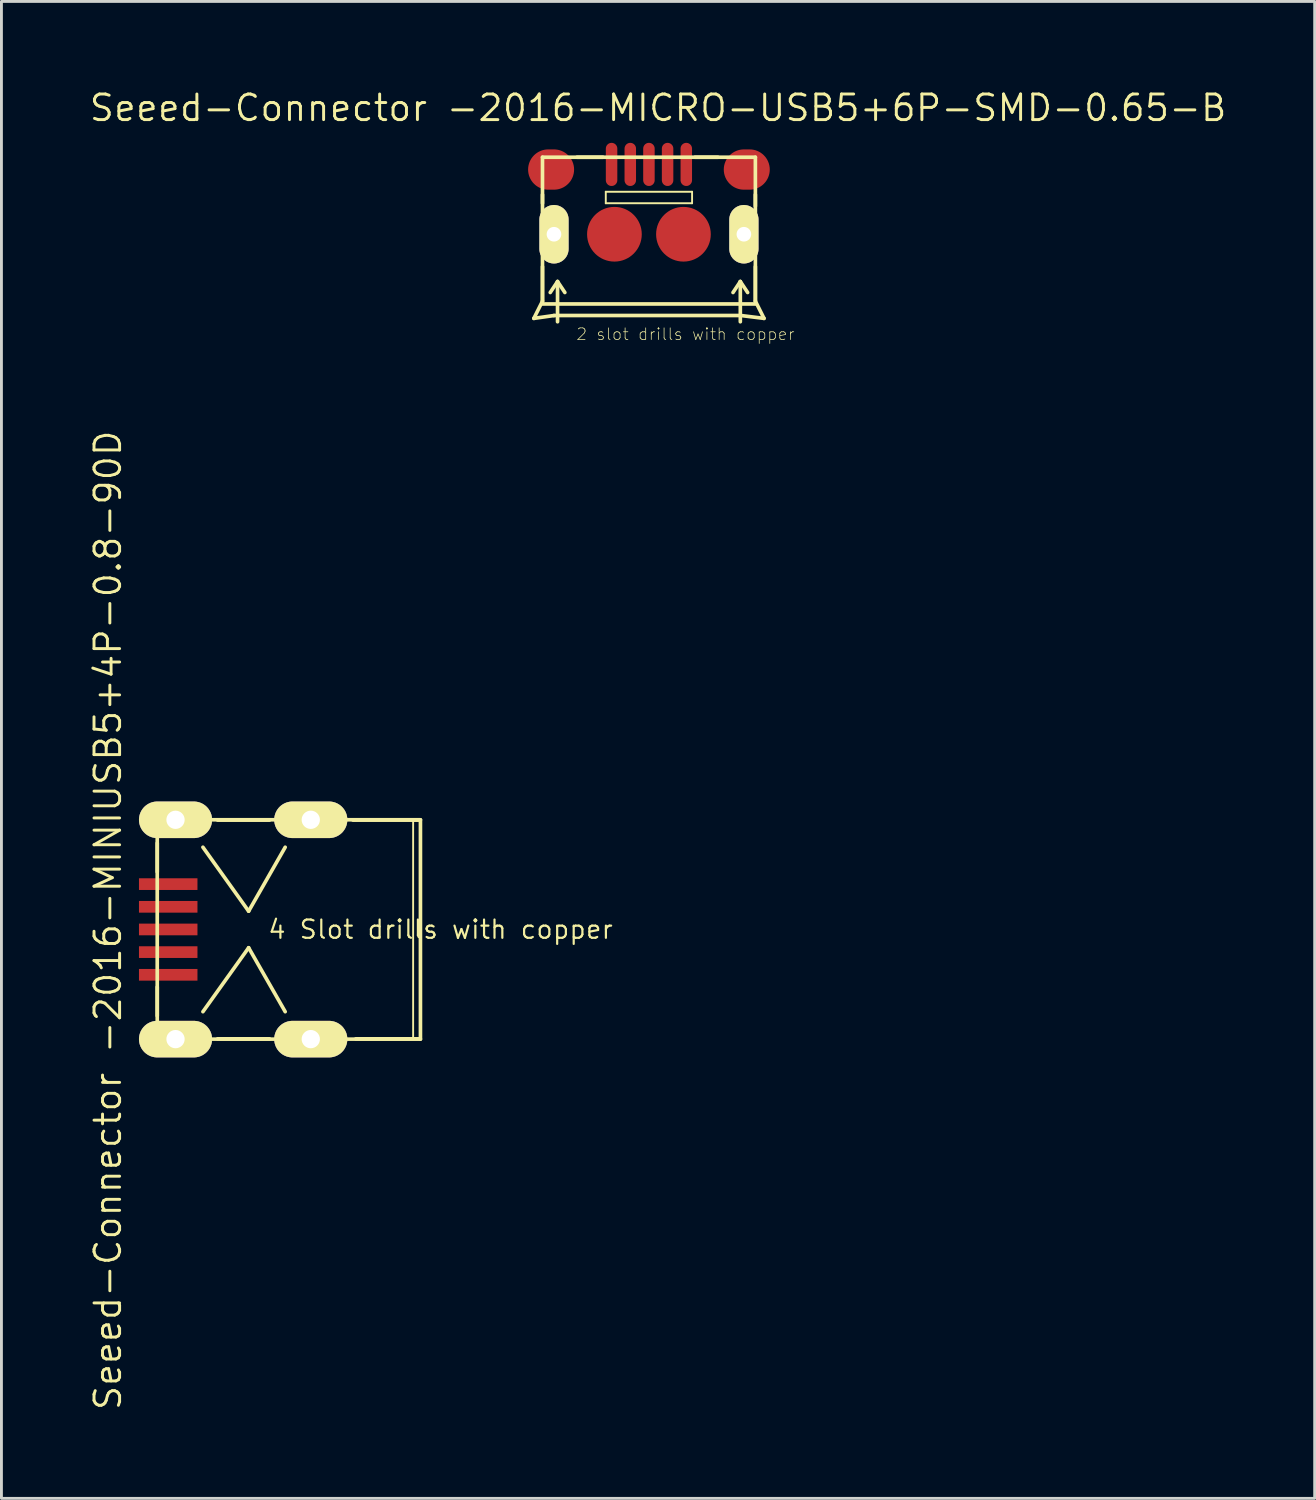
<source format=kicad_pcb>
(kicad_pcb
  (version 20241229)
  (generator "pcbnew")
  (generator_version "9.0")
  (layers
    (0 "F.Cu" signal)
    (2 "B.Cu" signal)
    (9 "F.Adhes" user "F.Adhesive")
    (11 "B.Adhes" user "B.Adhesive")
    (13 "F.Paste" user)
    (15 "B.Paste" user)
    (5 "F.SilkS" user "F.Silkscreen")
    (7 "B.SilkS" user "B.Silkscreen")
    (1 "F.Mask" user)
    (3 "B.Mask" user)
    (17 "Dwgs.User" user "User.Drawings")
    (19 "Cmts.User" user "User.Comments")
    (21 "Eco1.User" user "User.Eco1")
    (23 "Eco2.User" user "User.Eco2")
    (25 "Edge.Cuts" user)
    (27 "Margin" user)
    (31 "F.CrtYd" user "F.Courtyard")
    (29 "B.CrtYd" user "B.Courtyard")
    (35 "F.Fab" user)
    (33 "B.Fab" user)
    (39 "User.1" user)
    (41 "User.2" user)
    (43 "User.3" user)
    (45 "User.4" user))
  (footprint "Seeed-Connector -2016-MICRO-USB5+6P-SMD-0.65-B"
    (layer "F.Cu")
    (at 19.495 2.413)
    (property "Reference" "Seeed-Connector -2016-MICRO-USB5+6P-SMD-0.65-B" (at 0.318 -1.714 0) (layer "F.SilkS") (effects (font (size 0.889 0.889) (thickness 0.102))))
    (attr smd)
    (fp_line (start -3.698 0) (end 3.698 0) (stroke (width 0.127) (type solid)) (layer "F.SilkS"))
    (fp_line (start -3.698 1.598) (end -3.698 1.298) (stroke (width 0.127) (type solid)) (layer "F.SilkS"))
    (fp_line (start -3.698 4.999) (end -3.998 5.598) (stroke (width 0.127) (type solid)) (layer "F.SilkS"))
    (fp_line (start -3.698 4.999) (end -3.698 0) (stroke (width 0.127) (type solid)) (layer "F.SilkS"))
    (fp_line (start -3.698 4.999) (end -3.698 3.8) (stroke (width 0.127) (type solid)) (layer "F.SilkS"))
    (fp_line (start -3.698 5.098) (end 3.698 5.098) (stroke (width 0.127) (type solid)) (layer "F.SilkS"))
    (fp_line (start -3.299 2.413) (end -3.299 3.175) (stroke (width 0.508) (type solid)) (layer "F.SilkS"))
    (fp_line (start -3.299 5.499) (end -3.998 5.598) (stroke (width 0.127) (type solid)) (layer "F.SilkS"))
    (fp_line (start -3.299 5.499) (end 3.198 5.499) (stroke (width 0.127) (type solid)) (layer "F.SilkS"))
    (fp_line (start -3.175 4.318) (end -3.429 4.699) (stroke (width 0.127) (type solid)) (layer "F.SilkS"))
    (fp_line (start -3.175 4.318) (end -2.921 4.699) (stroke (width 0.127) (type solid)) (layer "F.SilkS"))
    (fp_line (start -3.175 5.715) (end -3.175 4.318) (stroke (width 0.127) (type solid)) (layer "F.SilkS"))
    (fp_line (start -1.598 0) (end -2.499 0) (stroke (width 0.127) (type solid)) (layer "F.SilkS"))
    (fp_line (start -1.499 1.199) (end 1.499 1.199) (stroke (width 0.066) (type solid)) (layer "F.SilkS"))
    (fp_line (start -1.499 1.598) (end -1.499 1.199) (stroke (width 0.066) (type solid)) (layer "F.SilkS"))
    (fp_line (start -1.499 1.598) (end 1.499 1.598) (stroke (width 0.066) (type solid)) (layer "F.SilkS"))
    (fp_line (start 1.499 1.598) (end 1.499 1.199) (stroke (width 0.066) (type solid)) (layer "F.SilkS"))
    (fp_line (start 1.598 0) (end 2.398 0) (stroke (width 0.127) (type solid)) (layer "F.SilkS"))
    (fp_line (start 3.175 4.318) (end 2.921 4.699) (stroke (width 0.127) (type solid)) (layer "F.SilkS"))
    (fp_line (start 3.175 4.318) (end 3.429 4.699) (stroke (width 0.127) (type solid)) (layer "F.SilkS"))
    (fp_line (start 3.175 5.715) (end 3.175 4.318) (stroke (width 0.127) (type solid)) (layer "F.SilkS"))
    (fp_line (start 3.198 5.499) (end 3.998 5.598) (stroke (width 0.127) (type solid)) (layer "F.SilkS"))
    (fp_line (start 3.299 2.413) (end 3.299 3.175) (stroke (width 0.508) (type solid)) (layer "F.SilkS"))
    (fp_line (start 3.698 0) (end 3.698 4.999) (stroke (width 0.127) (type solid)) (layer "F.SilkS"))
    (fp_line (start 3.698 1.298) (end 3.698 1.699) (stroke (width 0.127) (type solid)) (layer "F.SilkS"))
    (fp_line (start 3.698 3.8) (end 3.698 4.999) (stroke (width 0.127) (type solid)) (layer "F.SilkS"))
    (fp_line (start 3.698 4.999) (end 3.998 5.598) (stroke (width 0.127) (type solid)) (layer "F.SilkS"))
    (fp_text user "2 slot drills with copper" (at 1.27 6.147 0) (layer "F.SilkS") (effects (font (size 0.406 0.406) (thickness 0.025))))
    (pad "1" smd oval (at -1.298 0.249 180) (size 0.399 1.499) (layers "F.Cu" "F.Mask" "F.Paste"))
    (pad "2" smd oval (at -0.648 0.249 180) (size 0.399 1.499) (layers "F.Cu" "F.Mask" "F.Paste"))
    (pad "3" smd oval (at 0 0.249 180) (size 0.399 1.499) (layers "F.Cu" "F.Mask" "F.Paste"))
    (pad "4" smd oval (at 0.648 0.249 180) (size 0.399 1.499) (layers "F.Cu" "F.Mask" "F.Paste"))
    (pad "5" smd oval (at 1.298 0.249 180) (size 0.399 1.499) (layers "F.Cu" "F.Mask" "F.Paste"))
    (pad "S1" smd oval (at -3.399 0.427 90) (size 1.4 1.598) (layers "F.Cu" "F.Mask" "F.Paste"))
    (pad "S2" thru_hole oval (at -3.299 2.675 180) (size 1.016 2.032) (drill 0.508) (layers "*.Cu" "F.Mask" "F.SilkS" "F.Paste"))
    (pad "S3" smd circle (at -1.199 2.675) (size 1.9 1.9) (layers "F.Cu" "F.Mask" "F.Paste"))
    (pad "S4" smd circle (at 1.199 2.675) (size 1.9 1.9) (layers "F.Cu" "F.Mask" "F.Paste"))
    (pad "S5" thru_hole oval (at 3.299 2.675 180) (size 1.016 2.032) (drill 0.508) (layers "*.Cu" "F.Mask" "F.SilkS" "F.Paste"))
    (pad "S6" smd oval (at 3.399 0.427 90) (size 1.4 1.598) (layers "F.Cu" "F.Mask" "F.Paste")))
  (footprint "Seeed-Connector -2016-MINIUSB5+4P-0.8-90D"
    (layer "F.Cu")
    (at 2.413 29.241)
    (property "Reference" "Seeed-Connector -2016-MINIUSB5+4P-0.8-90D" (at -1.714 -0.318 90) (layer "F.SilkS") (effects (font (size 0.889 0.889) (thickness 0.102))))
    (attr smd)
    (fp_line (start -0.254 -3.81) (end -0.244 -3.879) (stroke (width 0.025) (type solid)) (layer "F.SilkS"))
    (fp_line (start -0.254 3.81) (end -0.244 3.739) (stroke (width 0.025) (type solid)) (layer "F.SilkS"))
    (fp_line (start -0.244 -3.879) (end -0.221 -3.947) (stroke (width 0.025) (type solid)) (layer "F.SilkS"))
    (fp_line (start -0.244 -3.739) (end -0.254 -3.81) (stroke (width 0.025) (type solid)) (layer "F.SilkS"))
    (fp_line (start -0.244 3.739) (end -0.221 3.67) (stroke (width 0.025) (type solid)) (layer "F.SilkS"))
    (fp_line (start -0.244 3.879) (end -0.254 3.81) (stroke (width 0.025) (type solid)) (layer "F.SilkS"))
    (fp_line (start -0.221 -3.947) (end -0.183 -4.006) (stroke (width 0.025) (type solid)) (layer "F.SilkS"))
    (fp_line (start -0.221 -3.67) (end -0.244 -3.739) (stroke (width 0.025) (type solid)) (layer "F.SilkS"))
    (fp_line (start -0.221 3.67) (end -0.183 3.612) (stroke (width 0.025) (type solid)) (layer "F.SilkS"))
    (fp_line (start -0.221 3.947) (end -0.244 3.879) (stroke (width 0.025) (type solid)) (layer "F.SilkS"))
    (fp_line (start -0.183 -4.006) (end -0.132 -4.056) (stroke (width 0.025) (type solid)) (layer "F.SilkS"))
    (fp_line (start -0.183 -3.612) (end -0.221 -3.67) (stroke (width 0.025) (type solid)) (layer "F.SilkS"))
    (fp_line (start -0.183 3.612) (end -0.132 3.561) (stroke (width 0.025) (type solid)) (layer "F.SilkS"))
    (fp_line (start -0.183 4.006) (end -0.221 3.947) (stroke (width 0.025) (type solid)) (layer "F.SilkS"))
    (fp_line (start -0.132 -4.056) (end -0.074 -4.094) (stroke (width 0.025) (type solid)) (layer "F.SilkS"))
    (fp_line (start -0.132 -3.561) (end -0.183 -3.612) (stroke (width 0.025) (type solid)) (layer "F.SilkS"))
    (fp_line (start -0.132 3.561) (end -0.074 3.523) (stroke (width 0.025) (type solid)) (layer "F.SilkS"))
    (fp_line (start -0.132 4.056) (end -0.183 4.006) (stroke (width 0.025) (type solid)) (layer "F.SilkS"))
    (fp_line (start -0.074 -4.094) (end -0.005 -4.117) (stroke (width 0.025) (type solid)) (layer "F.SilkS"))
    (fp_line (start -0.074 -3.523) (end -0.132 -3.561) (stroke (width 0.025) (type solid)) (layer "F.SilkS"))
    (fp_line (start -0.074 3.523) (end -0.005 3.5) (stroke (width 0.025) (type solid)) (layer "F.SilkS"))
    (fp_line (start -0.074 4.094) (end -0.132 4.056) (stroke (width 0.025) (type solid)) (layer "F.SilkS"))
    (fp_line (start -0.005 -4.117) (end 0.064 -4.128) (stroke (width 0.025) (type solid)) (layer "F.SilkS"))
    (fp_line (start -0.005 -3.5) (end -0.074 -3.523) (stroke (width 0.025) (type solid)) (layer "F.SilkS"))
    (fp_line (start -0.005 3.5) (end 0.064 3.493) (stroke (width 0.025) (type solid)) (layer "F.SilkS"))
    (fp_line (start -0.005 4.117) (end -0.074 4.094) (stroke (width 0.025) (type solid)) (layer "F.SilkS"))
    (fp_line (start 0 -3.81) (end 8.89 -3.81) (stroke (width 0.066) (type solid)) (layer "F.SilkS"))
    (fp_line (start 0 -3.81) (end 9.144 -3.81) (stroke (width 0.127) (type solid)) (layer "F.SilkS"))
    (fp_line (start 0 -1.999) (end 0 -3) (stroke (width 0.127) (type solid)) (layer "F.SilkS"))
    (fp_line (start 0 1.999) (end 0 3) (stroke (width 0.127) (type solid)) (layer "F.SilkS"))
    (fp_line (start 0 3.81) (end 0 -3.81) (stroke (width 0.066) (type solid)) (layer "F.SilkS"))
    (fp_line (start 0 3.81) (end 0 -3.81) (stroke (width 0.127) (type solid)) (layer "F.SilkS"))
    (fp_line (start 0 3.81) (end 8.89 3.81) (stroke (width 0.066) (type solid)) (layer "F.SilkS"))
    (fp_line (start 0.064 -4.128) (end 1.206 -4.128) (stroke (width 0.025) (type solid)) (layer "F.SilkS"))
    (fp_line (start 0.064 -3.493) (end -0.005 -3.5) (stroke (width 0.025) (type solid)) (layer "F.SilkS"))
    (fp_line (start 0.064 3.493) (end 1.206 3.493) (stroke (width 0.025) (type solid)) (layer "F.SilkS"))
    (fp_line (start 0.064 4.128) (end -0.005 4.117) (stroke (width 0.025) (type solid)) (layer "F.SilkS"))
    (fp_line (start 1.206 -4.128) (end 1.275 -4.117) (stroke (width 0.025) (type solid)) (layer "F.SilkS"))
    (fp_line (start 1.206 -3.493) (end 0.064 -3.493) (stroke (width 0.025) (type solid)) (layer "F.SilkS"))
    (fp_line (start 1.206 3.493) (end 1.275 3.5) (stroke (width 0.025) (type solid)) (layer "F.SilkS"))
    (fp_line (start 1.206 4.128) (end 0.064 4.128) (stroke (width 0.025) (type solid)) (layer "F.SilkS"))
    (fp_line (start 1.275 -4.117) (end 1.344 -4.094) (stroke (width 0.025) (type solid)) (layer "F.SilkS"))
    (fp_line (start 1.275 -3.5) (end 1.206 -3.493) (stroke (width 0.025) (type solid)) (layer "F.SilkS"))
    (fp_line (start 1.275 3.5) (end 1.344 3.523) (stroke (width 0.025) (type solid)) (layer "F.SilkS"))
    (fp_line (start 1.275 4.117) (end 1.206 4.128) (stroke (width 0.025) (type solid)) (layer "F.SilkS"))
    (fp_line (start 1.344 -4.094) (end 1.402 -4.056) (stroke (width 0.025) (type solid)) (layer "F.SilkS"))
    (fp_line (start 1.344 -3.523) (end 1.275 -3.5) (stroke (width 0.025) (type solid)) (layer "F.SilkS"))
    (fp_line (start 1.344 3.523) (end 1.402 3.561) (stroke (width 0.025) (type solid)) (layer "F.SilkS"))
    (fp_line (start 1.344 4.094) (end 1.275 4.117) (stroke (width 0.025) (type solid)) (layer "F.SilkS"))
    (fp_line (start 1.402 -4.056) (end 1.453 -4.006) (stroke (width 0.025) (type solid)) (layer "F.SilkS"))
    (fp_line (start 1.402 -3.561) (end 1.344 -3.523) (stroke (width 0.025) (type solid)) (layer "F.SilkS"))
    (fp_line (start 1.402 3.561) (end 1.453 3.612) (stroke (width 0.025) (type solid)) (layer "F.SilkS"))
    (fp_line (start 1.402 4.056) (end 1.344 4.094) (stroke (width 0.025) (type solid)) (layer "F.SilkS"))
    (fp_line (start 1.453 -4.006) (end 1.491 -3.947) (stroke (width 0.025) (type solid)) (layer "F.SilkS"))
    (fp_line (start 1.453 -3.612) (end 1.402 -3.561) (stroke (width 0.025) (type solid)) (layer "F.SilkS"))
    (fp_line (start 1.453 3.612) (end 1.491 3.67) (stroke (width 0.025) (type solid)) (layer "F.SilkS"))
    (fp_line (start 1.453 4.006) (end 1.402 4.056) (stroke (width 0.025) (type solid)) (layer "F.SilkS"))
    (fp_line (start 1.491 -3.947) (end 1.514 -3.879) (stroke (width 0.025) (type solid)) (layer "F.SilkS"))
    (fp_line (start 1.491 -3.67) (end 1.453 -3.612) (stroke (width 0.025) (type solid)) (layer "F.SilkS"))
    (fp_line (start 1.491 3.67) (end 1.514 3.739) (stroke (width 0.025) (type solid)) (layer "F.SilkS"))
    (fp_line (start 1.491 3.947) (end 1.453 4.006) (stroke (width 0.025) (type solid)) (layer "F.SilkS"))
    (fp_line (start 1.514 -3.879) (end 1.524 -3.81) (stroke (width 0.025) (type solid)) (layer "F.SilkS"))
    (fp_line (start 1.514 -3.739) (end 1.491 -3.67) (stroke (width 0.025) (type solid)) (layer "F.SilkS"))
    (fp_line (start 1.514 3.739) (end 1.524 3.81) (stroke (width 0.025) (type solid)) (layer "F.SilkS"))
    (fp_line (start 1.514 3.879) (end 1.491 3.947) (stroke (width 0.025) (type solid)) (layer "F.SilkS"))
    (fp_line (start 1.524 -3.81) (end 1.514 -3.739) (stroke (width 0.025) (type solid)) (layer "F.SilkS"))
    (fp_line (start 1.524 3.81) (end 1.514 3.879) (stroke (width 0.025) (type solid)) (layer "F.SilkS"))
    (fp_line (start 2.098 -3.8) (end 3.899 -3.8) (stroke (width 0.127) (type solid)) (layer "F.SilkS"))
    (fp_line (start 2.098 3.8) (end 3.899 3.8) (stroke (width 0.127) (type solid)) (layer "F.SilkS"))
    (fp_line (start 3.175 -0.635) (end 1.587 -2.857) (stroke (width 0.127) (type solid)) (layer "F.SilkS"))
    (fp_line (start 3.175 -0.635) (end 4.445 -2.857) (stroke (width 0.127) (type solid)) (layer "F.SilkS"))
    (fp_line (start 3.175 0.635) (end 1.587 2.857) (stroke (width 0.127) (type solid)) (layer "F.SilkS"))
    (fp_line (start 3.175 0.635) (end 4.445 2.857) (stroke (width 0.127) (type solid)) (layer "F.SilkS"))
    (fp_line (start 4.445 -3.81) (end 4.453 -3.879) (stroke (width 0.025) (type solid)) (layer "F.SilkS"))
    (fp_line (start 4.445 3.81) (end 4.453 3.739) (stroke (width 0.025) (type solid)) (layer "F.SilkS"))
    (fp_line (start 4.453 -3.879) (end 4.475 -3.947) (stroke (width 0.025) (type solid)) (layer "F.SilkS"))
    (fp_line (start 4.453 -3.739) (end 4.445 -3.81) (stroke (width 0.025) (type solid)) (layer "F.SilkS"))
    (fp_line (start 4.453 3.739) (end 4.475 3.67) (stroke (width 0.025) (type solid)) (layer "F.SilkS"))
    (fp_line (start 4.453 3.879) (end 4.445 3.81) (stroke (width 0.025) (type solid)) (layer "F.SilkS"))
    (fp_line (start 4.475 -3.947) (end 4.514 -4.006) (stroke (width 0.025) (type solid)) (layer "F.SilkS"))
    (fp_line (start 4.475 -3.67) (end 4.453 -3.739) (stroke (width 0.025) (type solid)) (layer "F.SilkS"))
    (fp_line (start 4.475 3.67) (end 4.514 3.612) (stroke (width 0.025) (type solid)) (layer "F.SilkS"))
    (fp_line (start 4.475 3.947) (end 4.453 3.879) (stroke (width 0.025) (type solid)) (layer "F.SilkS"))
    (fp_line (start 4.514 -4.006) (end 4.564 -4.056) (stroke (width 0.025) (type solid)) (layer "F.SilkS"))
    (fp_line (start 4.514 -3.612) (end 4.475 -3.67) (stroke (width 0.025) (type solid)) (layer "F.SilkS"))
    (fp_line (start 4.514 3.612) (end 4.564 3.561) (stroke (width 0.025) (type solid)) (layer "F.SilkS"))
    (fp_line (start 4.514 4.006) (end 4.475 3.947) (stroke (width 0.025) (type solid)) (layer "F.SilkS"))
    (fp_line (start 4.564 -4.056) (end 4.623 -4.094) (stroke (width 0.025) (type solid)) (layer "F.SilkS"))
    (fp_line (start 4.564 -3.561) (end 4.514 -3.612) (stroke (width 0.025) (type solid)) (layer "F.SilkS"))
    (fp_line (start 4.564 3.561) (end 4.623 3.523) (stroke (width 0.025) (type solid)) (layer "F.SilkS"))
    (fp_line (start 4.564 4.056) (end 4.514 4.006) (stroke (width 0.025) (type solid)) (layer "F.SilkS"))
    (fp_line (start 4.623 -4.094) (end 4.691 -4.117) (stroke (width 0.025) (type solid)) (layer "F.SilkS"))
    (fp_line (start 4.623 -3.523) (end 4.564 -3.561) (stroke (width 0.025) (type solid)) (layer "F.SilkS"))
    (fp_line (start 4.623 3.523) (end 4.691 3.5) (stroke (width 0.025) (type solid)) (layer "F.SilkS"))
    (fp_line (start 4.623 4.094) (end 4.564 4.056) (stroke (width 0.025) (type solid)) (layer "F.SilkS"))
    (fp_line (start 4.691 -4.117) (end 4.763 -4.128) (stroke (width 0.025) (type solid)) (layer "F.SilkS"))
    (fp_line (start 4.691 -3.5) (end 4.623 -3.523) (stroke (width 0.025) (type solid)) (layer "F.SilkS"))
    (fp_line (start 4.691 3.5) (end 4.763 3.493) (stroke (width 0.025) (type solid)) (layer "F.SilkS"))
    (fp_line (start 4.691 4.117) (end 4.623 4.094) (stroke (width 0.025) (type solid)) (layer "F.SilkS"))
    (fp_line (start 4.763 -4.128) (end 5.905 -4.128) (stroke (width 0.025) (type solid)) (layer "F.SilkS"))
    (fp_line (start 4.763 -3.493) (end 4.691 -3.5) (stroke (width 0.025) (type solid)) (layer "F.SilkS"))
    (fp_line (start 4.763 3.493) (end 5.905 3.493) (stroke (width 0.025) (type solid)) (layer "F.SilkS"))
    (fp_line (start 4.763 4.128) (end 4.691 4.117) (stroke (width 0.025) (type solid)) (layer "F.SilkS"))
    (fp_line (start 5.905 -4.128) (end 5.974 -4.117) (stroke (width 0.025) (type solid)) (layer "F.SilkS"))
    (fp_line (start 5.905 -3.493) (end 4.763 -3.493) (stroke (width 0.025) (type solid)) (layer "F.SilkS"))
    (fp_line (start 5.905 3.493) (end 5.974 3.5) (stroke (width 0.025) (type solid)) (layer "F.SilkS"))
    (fp_line (start 5.905 4.128) (end 4.763 4.128) (stroke (width 0.025) (type solid)) (layer "F.SilkS"))
    (fp_line (start 5.974 -4.117) (end 6.043 -4.094) (stroke (width 0.025) (type solid)) (layer "F.SilkS"))
    (fp_line (start 5.974 -3.5) (end 5.905 -3.493) (stroke (width 0.025) (type solid)) (layer "F.SilkS"))
    (fp_line (start 5.974 3.5) (end 6.043 3.523) (stroke (width 0.025) (type solid)) (layer "F.SilkS"))
    (fp_line (start 5.974 4.117) (end 5.905 4.128) (stroke (width 0.025) (type solid)) (layer "F.SilkS"))
    (fp_line (start 6.043 -4.094) (end 6.101 -4.056) (stroke (width 0.025) (type solid)) (layer "F.SilkS"))
    (fp_line (start 6.043 -3.523) (end 5.974 -3.5) (stroke (width 0.025) (type solid)) (layer "F.SilkS"))
    (fp_line (start 6.043 3.523) (end 6.101 3.561) (stroke (width 0.025) (type solid)) (layer "F.SilkS"))
    (fp_line (start 6.043 4.094) (end 5.974 4.117) (stroke (width 0.025) (type solid)) (layer "F.SilkS"))
    (fp_line (start 6.101 -4.056) (end 6.152 -4.006) (stroke (width 0.025) (type solid)) (layer "F.SilkS"))
    (fp_line (start 6.101 -3.561) (end 6.043 -3.523) (stroke (width 0.025) (type solid)) (layer "F.SilkS"))
    (fp_line (start 6.101 3.561) (end 6.152 3.612) (stroke (width 0.025) (type solid)) (layer "F.SilkS"))
    (fp_line (start 6.101 4.056) (end 6.043 4.094) (stroke (width 0.025) (type solid)) (layer "F.SilkS"))
    (fp_line (start 6.152 -4.006) (end 6.19 -3.947) (stroke (width 0.025) (type solid)) (layer "F.SilkS"))
    (fp_line (start 6.152 -3.612) (end 6.101 -3.561) (stroke (width 0.025) (type solid)) (layer "F.SilkS"))
    (fp_line (start 6.152 3.612) (end 6.19 3.67) (stroke (width 0.025) (type solid)) (layer "F.SilkS"))
    (fp_line (start 6.152 4.006) (end 6.101 4.056) (stroke (width 0.025) (type solid)) (layer "F.SilkS"))
    (fp_line (start 6.19 -3.947) (end 6.213 -3.879) (stroke (width 0.025) (type solid)) (layer "F.SilkS"))
    (fp_line (start 6.19 -3.67) (end 6.152 -3.612) (stroke (width 0.025) (type solid)) (layer "F.SilkS"))
    (fp_line (start 6.19 3.67) (end 6.213 3.739) (stroke (width 0.025) (type solid)) (layer "F.SilkS"))
    (fp_line (start 6.19 3.947) (end 6.152 4.006) (stroke (width 0.025) (type solid)) (layer "F.SilkS"))
    (fp_line (start 6.213 -3.879) (end 6.223 -3.81) (stroke (width 0.025) (type solid)) (layer "F.SilkS"))
    (fp_line (start 6.213 -3.739) (end 6.19 -3.67) (stroke (width 0.025) (type solid)) (layer "F.SilkS"))
    (fp_line (start 6.213 3.739) (end 6.223 3.81) (stroke (width 0.025) (type solid)) (layer "F.SilkS"))
    (fp_line (start 6.213 3.879) (end 6.19 3.947) (stroke (width 0.025) (type solid)) (layer "F.SilkS"))
    (fp_line (start 6.223 -3.81) (end 6.213 -3.739) (stroke (width 0.025) (type solid)) (layer "F.SilkS"))
    (fp_line (start 6.223 3.81) (end 6.213 3.879) (stroke (width 0.025) (type solid)) (layer "F.SilkS"))
    (fp_line (start 6.8 -3.8) (end 9.098 -3.8) (stroke (width 0.127) (type solid)) (layer "F.SilkS"))
    (fp_line (start 6.899 3.8) (end 9.098 3.8) (stroke (width 0.127) (type solid)) (layer "F.SilkS"))
    (fp_line (start 8.89 3.81) (end 8.89 -3.81) (stroke (width 0.066) (type solid)) (layer "F.SilkS"))
    (fp_line (start 9.144 -3.81) (end 9.144 3.81) (stroke (width 0.127) (type solid)) (layer "F.SilkS"))
    (fp_line (start 9.144 3.81) (end 0 3.81) (stroke (width 0.127) (type solid)) (layer "F.SilkS"))
    (fp_text user "4 Slot drills with copper" (at 9.842 0 0) (layer "F.SilkS") (effects (font (size 0.635 0.635) (thickness 0.076))))
    (pad "1" smd rect (at 0.381 1.575) (size 2.032 0.406) (layers "F.Cu" "F.Mask" "F.Paste"))
    (pad "2" smd rect (at 0.381 0.787) (size 2.032 0.406) (layers "F.Cu" "F.Mask" "F.Paste"))
    (pad "3" smd rect (at 0.381 0) (size 2.032 0.406) (layers "F.Cu" "F.Mask" "F.Paste"))
    (pad "4" smd rect (at 0.381 -0.787) (size 2.032 0.406) (layers "F.Cu" "F.Mask" "F.Paste"))
    (pad "5" smd rect (at 0.381 -1.575) (size 2.032 0.406) (layers "F.Cu" "F.Mask" "F.Paste"))
    (pad "GND@" thru_hole oval (at 0.635 -3.81 90) (size 1.27 2.54) (drill 0.635) (layers "*.Cu" "F.Mask" "F.SilkS" "F.Paste"))
    (pad "GND@" thru_hole oval (at 0.635 3.81 90) (size 1.27 2.54) (drill 0.635) (layers "*.Cu" "F.Mask" "F.SilkS" "F.Paste"))
    (pad "GND@" thru_hole oval (at 5.334 -3.81 90) (size 1.27 2.54) (drill 0.635) (layers "*.Cu" "F.Mask" "F.SilkS" "F.Paste"))
    (pad "GND@" thru_hole oval (at 5.334 3.81 90) (size 1.27 2.54) (drill 0.635) (layers "*.Cu" "F.Mask" "F.SilkS" "F.Paste")))
  (gr_rect
    (start -3 -3)
    (end 42.624 49.005)
    (stroke (width 0.1) (type default))
    (fill no)
    (layer "Edge.Cuts")))
</source>
